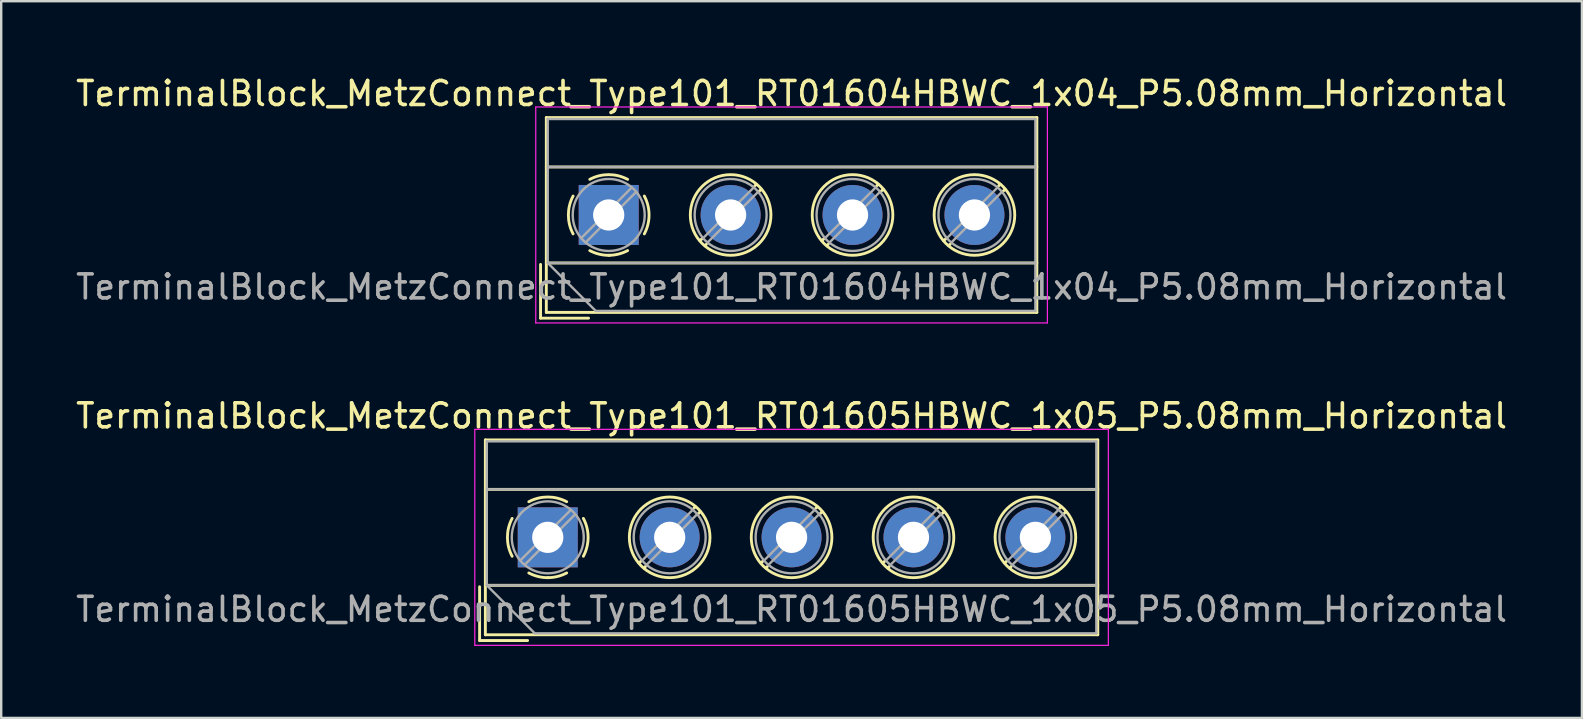
<source format=kicad_pcb>
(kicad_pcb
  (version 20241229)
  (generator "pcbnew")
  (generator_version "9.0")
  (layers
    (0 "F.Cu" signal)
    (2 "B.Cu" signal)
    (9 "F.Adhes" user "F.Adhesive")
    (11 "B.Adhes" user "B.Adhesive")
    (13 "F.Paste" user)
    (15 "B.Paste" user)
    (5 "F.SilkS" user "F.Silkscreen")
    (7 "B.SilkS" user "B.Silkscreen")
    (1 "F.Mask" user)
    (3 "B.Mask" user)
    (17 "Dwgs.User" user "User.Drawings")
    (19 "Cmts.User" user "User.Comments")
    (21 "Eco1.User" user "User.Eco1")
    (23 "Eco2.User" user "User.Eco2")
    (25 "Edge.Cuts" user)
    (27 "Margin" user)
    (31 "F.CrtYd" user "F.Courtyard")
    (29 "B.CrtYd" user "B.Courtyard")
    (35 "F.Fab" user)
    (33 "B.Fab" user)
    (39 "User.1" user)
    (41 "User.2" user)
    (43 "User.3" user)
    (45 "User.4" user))
  (footprint "TerminalBlock_MetzConnect_Type101_RT01604HBWC_1x04_P5.08mm_Horizontal"
    (layer "F.Cu")
    (at 22.315 5.908)
    (property "Reference" "TerminalBlock_MetzConnect_Type101_RT01604HBWC_1x04_P5.08mm_Horizontal" (at 7.62 -5.06 0) (layer "F.SilkS") (effects (font (size 1 1) (thickness 0.15))))
    (attr through_hole)
    (fp_line (start -2.84 2.06) (end -2.84 4.3) (stroke (width 0.12) (type solid)) (layer "F.SilkS"))
    (fp_line (start -2.84 4.3) (end -0.84 4.3) (stroke (width 0.12) (type solid)) (layer "F.SilkS"))
    (fp_line (start -2.6 -4.06) (end -2.6 4.06) (stroke (width 0.12) (type solid)) (layer "F.SilkS"))
    (fp_line (start -2.6 -4.06) (end 17.84 -4.06) (stroke (width 0.12) (type solid)) (layer "F.SilkS"))
    (fp_line (start -2.6 -2) (end 17.84 -2) (stroke (width 0.12) (type solid)) (layer "F.SilkS"))
    (fp_line (start -2.6 2) (end 17.84 2) (stroke (width 0.12) (type solid)) (layer "F.SilkS"))
    (fp_line (start -2.6 4.06) (end 17.84 4.06) (stroke (width 0.12) (type solid)) (layer "F.SilkS"))
    (fp_line (start 3.9 0.976) (end 3.806 1.069) (stroke (width 0.12) (type solid)) (layer "F.SilkS"))
    (fp_line (start 4.07 1.216) (end 4.011 1.274) (stroke (width 0.12) (type solid)) (layer "F.SilkS"))
    (fp_line (start 6.15 -1.275) (end 6.091 -1.216) (stroke (width 0.12) (type solid)) (layer "F.SilkS"))
    (fp_line (start 6.355 -1.069) (end 6.261 -0.976) (stroke (width 0.12) (type solid)) (layer "F.SilkS"))
    (fp_line (start 8.98 0.976) (end 8.886 1.069) (stroke (width 0.12) (type solid)) (layer "F.SilkS"))
    (fp_line (start 9.15 1.216) (end 9.091 1.274) (stroke (width 0.12) (type solid)) (layer "F.SilkS"))
    (fp_line (start 11.23 -1.275) (end 11.171 -1.216) (stroke (width 0.12) (type solid)) (layer "F.SilkS"))
    (fp_line (start 11.435 -1.069) (end 11.341 -0.976) (stroke (width 0.12) (type solid)) (layer "F.SilkS"))
    (fp_line (start 14.06 0.976) (end 13.966 1.069) (stroke (width 0.12) (type solid)) (layer "F.SilkS"))
    (fp_line (start 14.23 1.216) (end 14.171 1.274) (stroke (width 0.12) (type solid)) (layer "F.SilkS"))
    (fp_line (start 16.31 -1.275) (end 16.251 -1.216) (stroke (width 0.12) (type solid)) (layer "F.SilkS"))
    (fp_line (start 16.515 -1.069) (end 16.421 -0.976) (stroke (width 0.12) (type solid)) (layer "F.SilkS"))
    (fp_line (start 17.84 -4.06) (end 17.84 4.06) (stroke (width 0.12) (type solid)) (layer "F.SilkS"))
    (fp_arc (start -1.483953 0.789089) (mid -1.680708 0.00005) (end -1.484 -0.789) (stroke (width 0.12) (type solid)) (layer "F.SilkS"))
    (fp_arc (start -0.789089 -1.483953) (mid -0.00005 -1.680708) (end 0.789 -1.484) (stroke (width 0.12) (type solid)) (layer "F.SilkS"))
    (fp_arc (start 0.029383 1.68045) (mid -0.392304 1.634281) (end -0.789 1.484) (stroke (width 0.12) (type solid)) (layer "F.SilkS"))
    (fp_arc (start 0.788712 1.483352) (mid 0.406429 1.630097) (end 0 1.68) (stroke (width 0.12) (type solid)) (layer "F.SilkS"))
    (fp_arc (start 1.483953 -0.789089) (mid 1.680708 -0.00005) (end 1.484 0.789) (stroke (width 0.12) (type solid)) (layer "F.SilkS"))
    (fp_circle (center 5.08 0) (end 6.76 0) (stroke (width 0.12) (type solid)) (fill no) (layer "F.SilkS"))
    (fp_circle (center 10.16 0) (end 11.84 0) (stroke (width 0.12) (type solid)) (fill no) (layer "F.SilkS"))
    (fp_circle (center 15.24 0) (end 16.92 0) (stroke (width 0.12) (type solid)) (fill no) (layer "F.SilkS"))
    (fp_line (start -3.04 -4.5) (end -3.04 4.5) (stroke (width 0.05) (type solid)) (layer "F.CrtYd"))
    (fp_line (start -3.04 4.5) (end 18.28 4.5) (stroke (width 0.05) (type solid)) (layer "F.CrtYd"))
    (fp_line (start 18.28 -4.5) (end -3.04 -4.5) (stroke (width 0.05) (type solid)) (layer "F.CrtYd"))
    (fp_line (start 18.28 4.5) (end 18.28 -4.5) (stroke (width 0.05) (type solid)) (layer "F.CrtYd"))
    (fp_line (start -2.54 -4) (end 17.78 -4) (stroke (width 0.1) (type solid)) (layer "F.Fab"))
    (fp_line (start -2.54 -2) (end 17.78 -2) (stroke (width 0.1) (type solid)) (layer "F.Fab"))
    (fp_line (start -2.54 2) (end -2.54 -4) (stroke (width 0.1) (type solid)) (layer "F.Fab"))
    (fp_line (start -2.54 2) (end 17.78 2) (stroke (width 0.1) (type solid)) (layer "F.Fab"))
    (fp_line (start -0.54 4) (end -2.54 2) (stroke (width 0.1) (type solid)) (layer "F.Fab"))
    (fp_line (start 0.955 -1.138) (end -1.138 0.955) (stroke (width 0.1) (type solid)) (layer "F.Fab"))
    (fp_line (start 1.138 -0.955) (end -0.955 1.138) (stroke (width 0.1) (type solid)) (layer "F.Fab"))
    (fp_line (start 6.035 -1.138) (end 3.943 0.955) (stroke (width 0.1) (type solid)) (layer "F.Fab"))
    (fp_line (start 6.218 -0.955) (end 4.126 1.138) (stroke (width 0.1) (type solid)) (layer "F.Fab"))
    (fp_line (start 11.115 -1.138) (end 9.023 0.955) (stroke (width 0.1) (type solid)) (layer "F.Fab"))
    (fp_line (start 11.298 -0.955) (end 9.206 1.138) (stroke (width 0.1) (type solid)) (layer "F.Fab"))
    (fp_line (start 16.195 -1.138) (end 14.103 0.955) (stroke (width 0.1) (type solid)) (layer "F.Fab"))
    (fp_line (start 16.378 -0.955) (end 14.286 1.138) (stroke (width 0.1) (type solid)) (layer "F.Fab"))
    (fp_line (start 17.78 -4) (end 17.78 4) (stroke (width 0.1) (type solid)) (layer "F.Fab"))
    (fp_line (start 17.78 4) (end -0.54 4) (stroke (width 0.1) (type solid)) (layer "F.Fab"))
    (fp_circle (center 0 0) (end 1.5 0) (stroke (width 0.1) (type solid)) (fill no) (layer "F.Fab"))
    (fp_circle (center 5.08 0) (end 6.58 0) (stroke (width 0.1) (type solid)) (fill no) (layer "F.Fab"))
    (fp_circle (center 10.16 0) (end 11.66 0) (stroke (width 0.1) (type solid)) (fill no) (layer "F.Fab"))
    (fp_circle (center 15.24 0) (end 16.74 0) (stroke (width 0.1) (type solid)) (fill no) (layer "F.Fab"))
    (fp_text user "${REFERENCE}" (at 7.62 3 0) (layer "F.Fab") (effects (font (size 1 1) (thickness 0.15))))
    (pad "1" thru_hole rect (at 0 0) (size 2.5 2.5) (drill 1.3) (layers "*.Cu" "*.Mask"))
    (pad "2" thru_hole circle (at 5.08 0) (size 2.5 2.5) (drill 1.3) (layers "*.Cu" "*.Mask"))
    (pad "3" thru_hole circle (at 10.16 0) (size 2.5 2.5) (drill 1.3) (layers "*.Cu" "*.Mask"))
    (pad "4" thru_hole circle (at 15.24 0) (size 2.5 2.5) (drill 1.3) (layers "*.Cu" "*.Mask")))
  (footprint "TerminalBlock_MetzConnect_Type101_RT01605HBWC_1x05_P5.08mm_Horizontal"
    (layer "F.Cu")
    (at 19.775 19.341)
    (property "Reference" "TerminalBlock_MetzConnect_Type101_RT01605HBWC_1x05_P5.08mm_Horizontal" (at 10.16 -5.06 0) (layer "F.SilkS") (effects (font (size 1 1) (thickness 0.15))))
    (attr through_hole)
    (fp_line (start -2.84 2.06) (end -2.84 4.3) (stroke (width 0.12) (type solid)) (layer "F.SilkS"))
    (fp_line (start -2.84 4.3) (end -0.84 4.3) (stroke (width 0.12) (type solid)) (layer "F.SilkS"))
    (fp_line (start -2.6 -4.06) (end -2.6 4.06) (stroke (width 0.12) (type solid)) (layer "F.SilkS"))
    (fp_line (start -2.6 -4.06) (end 22.92 -4.06) (stroke (width 0.12) (type solid)) (layer "F.SilkS"))
    (fp_line (start -2.6 -2) (end 22.92 -2) (stroke (width 0.12) (type solid)) (layer "F.SilkS"))
    (fp_line (start -2.6 2) (end 22.92 2) (stroke (width 0.12) (type solid)) (layer "F.SilkS"))
    (fp_line (start -2.6 4.06) (end 22.92 4.06) (stroke (width 0.12) (type solid)) (layer "F.SilkS"))
    (fp_line (start 3.9 0.976) (end 3.806 1.069) (stroke (width 0.12) (type solid)) (layer "F.SilkS"))
    (fp_line (start 4.07 1.216) (end 4.011 1.274) (stroke (width 0.12) (type solid)) (layer "F.SilkS"))
    (fp_line (start 6.15 -1.275) (end 6.091 -1.216) (stroke (width 0.12) (type solid)) (layer "F.SilkS"))
    (fp_line (start 6.355 -1.069) (end 6.261 -0.976) (stroke (width 0.12) (type solid)) (layer "F.SilkS"))
    (fp_line (start 8.98 0.976) (end 8.886 1.069) (stroke (width 0.12) (type solid)) (layer "F.SilkS"))
    (fp_line (start 9.15 1.216) (end 9.091 1.274) (stroke (width 0.12) (type solid)) (layer "F.SilkS"))
    (fp_line (start 11.23 -1.275) (end 11.171 -1.216) (stroke (width 0.12) (type solid)) (layer "F.SilkS"))
    (fp_line (start 11.435 -1.069) (end 11.341 -0.976) (stroke (width 0.12) (type solid)) (layer "F.SilkS"))
    (fp_line (start 14.06 0.976) (end 13.966 1.069) (stroke (width 0.12) (type solid)) (layer "F.SilkS"))
    (fp_line (start 14.23 1.216) (end 14.171 1.274) (stroke (width 0.12) (type solid)) (layer "F.SilkS"))
    (fp_line (start 16.31 -1.275) (end 16.251 -1.216) (stroke (width 0.12) (type solid)) (layer "F.SilkS"))
    (fp_line (start 16.515 -1.069) (end 16.421 -0.976) (stroke (width 0.12) (type solid)) (layer "F.SilkS"))
    (fp_line (start 19.14 0.976) (end 19.046 1.069) (stroke (width 0.12) (type solid)) (layer "F.SilkS"))
    (fp_line (start 19.31 1.216) (end 19.251 1.274) (stroke (width 0.12) (type solid)) (layer "F.SilkS"))
    (fp_line (start 21.39 -1.275) (end 21.331 -1.216) (stroke (width 0.12) (type solid)) (layer "F.SilkS"))
    (fp_line (start 21.595 -1.069) (end 21.501 -0.976) (stroke (width 0.12) (type solid)) (layer "F.SilkS"))
    (fp_line (start 22.92 -4.06) (end 22.92 4.06) (stroke (width 0.12) (type solid)) (layer "F.SilkS"))
    (fp_arc (start -1.483953 0.789089) (mid -1.680708 0.00005) (end -1.484 -0.789) (stroke (width 0.12) (type solid)) (layer "F.SilkS"))
    (fp_arc (start -0.789089 -1.483953) (mid -0.00005 -1.680708) (end 0.789 -1.484) (stroke (width 0.12) (type solid)) (layer "F.SilkS"))
    (fp_arc (start 0.029383 1.68045) (mid -0.392304 1.634281) (end -0.789 1.484) (stroke (width 0.12) (type solid)) (layer "F.SilkS"))
    (fp_arc (start 0.788712 1.483352) (mid 0.406429 1.630097) (end 0 1.68) (stroke (width 0.12) (type solid)) (layer "F.SilkS"))
    (fp_arc (start 1.483953 -0.789089) (mid 1.680708 -0.00005) (end 1.484 0.789) (stroke (width 0.12) (type solid)) (layer "F.SilkS"))
    (fp_circle (center 5.08 0) (end 6.76 0) (stroke (width 0.12) (type solid)) (fill no) (layer "F.SilkS"))
    (fp_circle (center 10.16 0) (end 11.84 0) (stroke (width 0.12) (type solid)) (fill no) (layer "F.SilkS"))
    (fp_circle (center 15.24 0) (end 16.92 0) (stroke (width 0.12) (type solid)) (fill no) (layer "F.SilkS"))
    (fp_circle (center 20.32 0) (end 22 0) (stroke (width 0.12) (type solid)) (fill no) (layer "F.SilkS"))
    (fp_line (start -3.04 -4.5) (end -3.04 4.5) (stroke (width 0.05) (type solid)) (layer "F.CrtYd"))
    (fp_line (start -3.04 4.5) (end 23.36 4.5) (stroke (width 0.05) (type solid)) (layer "F.CrtYd"))
    (fp_line (start 23.36 -4.5) (end -3.04 -4.5) (stroke (width 0.05) (type solid)) (layer "F.CrtYd"))
    (fp_line (start 23.36 4.5) (end 23.36 -4.5) (stroke (width 0.05) (type solid)) (layer "F.CrtYd"))
    (fp_line (start -2.54 -4) (end 22.86 -4) (stroke (width 0.1) (type solid)) (layer "F.Fab"))
    (fp_line (start -2.54 -2) (end 22.86 -2) (stroke (width 0.1) (type solid)) (layer "F.Fab"))
    (fp_line (start -2.54 2) (end -2.54 -4) (stroke (width 0.1) (type solid)) (layer "F.Fab"))
    (fp_line (start -2.54 2) (end 22.86 2) (stroke (width 0.1) (type solid)) (layer "F.Fab"))
    (fp_line (start -0.54 4) (end -2.54 2) (stroke (width 0.1) (type solid)) (layer "F.Fab"))
    (fp_line (start 0.955 -1.138) (end -1.138 0.955) (stroke (width 0.1) (type solid)) (layer "F.Fab"))
    (fp_line (start 1.138 -0.955) (end -0.955 1.138) (stroke (width 0.1) (type solid)) (layer "F.Fab"))
    (fp_line (start 6.035 -1.138) (end 3.943 0.955) (stroke (width 0.1) (type solid)) (layer "F.Fab"))
    (fp_line (start 6.218 -0.955) (end 4.126 1.138) (stroke (width 0.1) (type solid)) (layer "F.Fab"))
    (fp_line (start 11.115 -1.138) (end 9.023 0.955) (stroke (width 0.1) (type solid)) (layer "F.Fab"))
    (fp_line (start 11.298 -0.955) (end 9.206 1.138) (stroke (width 0.1) (type solid)) (layer "F.Fab"))
    (fp_line (start 16.195 -1.138) (end 14.103 0.955) (stroke (width 0.1) (type solid)) (layer "F.Fab"))
    (fp_line (start 16.378 -0.955) (end 14.286 1.138) (stroke (width 0.1) (type solid)) (layer "F.Fab"))
    (fp_line (start 21.275 -1.138) (end 19.183 0.955) (stroke (width 0.1) (type solid)) (layer "F.Fab"))
    (fp_line (start 21.458 -0.955) (end 19.366 1.138) (stroke (width 0.1) (type solid)) (layer "F.Fab"))
    (fp_line (start 22.86 -4) (end 22.86 4) (stroke (width 0.1) (type solid)) (layer "F.Fab"))
    (fp_line (start 22.86 4) (end -0.54 4) (stroke (width 0.1) (type solid)) (layer "F.Fab"))
    (fp_circle (center 0 0) (end 1.5 0) (stroke (width 0.1) (type solid)) (fill no) (layer "F.Fab"))
    (fp_circle (center 5.08 0) (end 6.58 0) (stroke (width 0.1) (type solid)) (fill no) (layer "F.Fab"))
    (fp_circle (center 10.16 0) (end 11.66 0) (stroke (width 0.1) (type solid)) (fill no) (layer "F.Fab"))
    (fp_circle (center 15.24 0) (end 16.74 0) (stroke (width 0.1) (type solid)) (fill no) (layer "F.Fab"))
    (fp_circle (center 20.32 0) (end 21.82 0) (stroke (width 0.1) (type solid)) (fill no) (layer "F.Fab"))
    (fp_text user "${REFERENCE}" (at 10.16 3 0) (layer "F.Fab") (effects (font (size 1 1) (thickness 0.15))))
    (pad "1" thru_hole rect (at 0 0) (size 2.5 2.5) (drill 1.3) (layers "*.Cu" "*.Mask"))
    (pad "2" thru_hole circle (at 5.08 0) (size 2.5 2.5) (drill 1.3) (layers "*.Cu" "*.Mask"))
    (pad "3" thru_hole circle (at 10.16 0) (size 2.5 2.5) (drill 1.3) (layers "*.Cu" "*.Mask"))
    (pad "4" thru_hole circle (at 15.24 0) (size 2.5 2.5) (drill 1.3) (layers "*.Cu" "*.Mask"))
    (pad "5" thru_hole circle (at 20.32 0) (size 2.5 2.5) (drill 1.3) (layers "*.Cu" "*.Mask")))
  (gr_rect
    (start -3 -3)
    (end 62.869 26.866)
    (stroke (width 0.1) (type default))
    (fill no)
    (layer "Edge.Cuts")))
</source>
